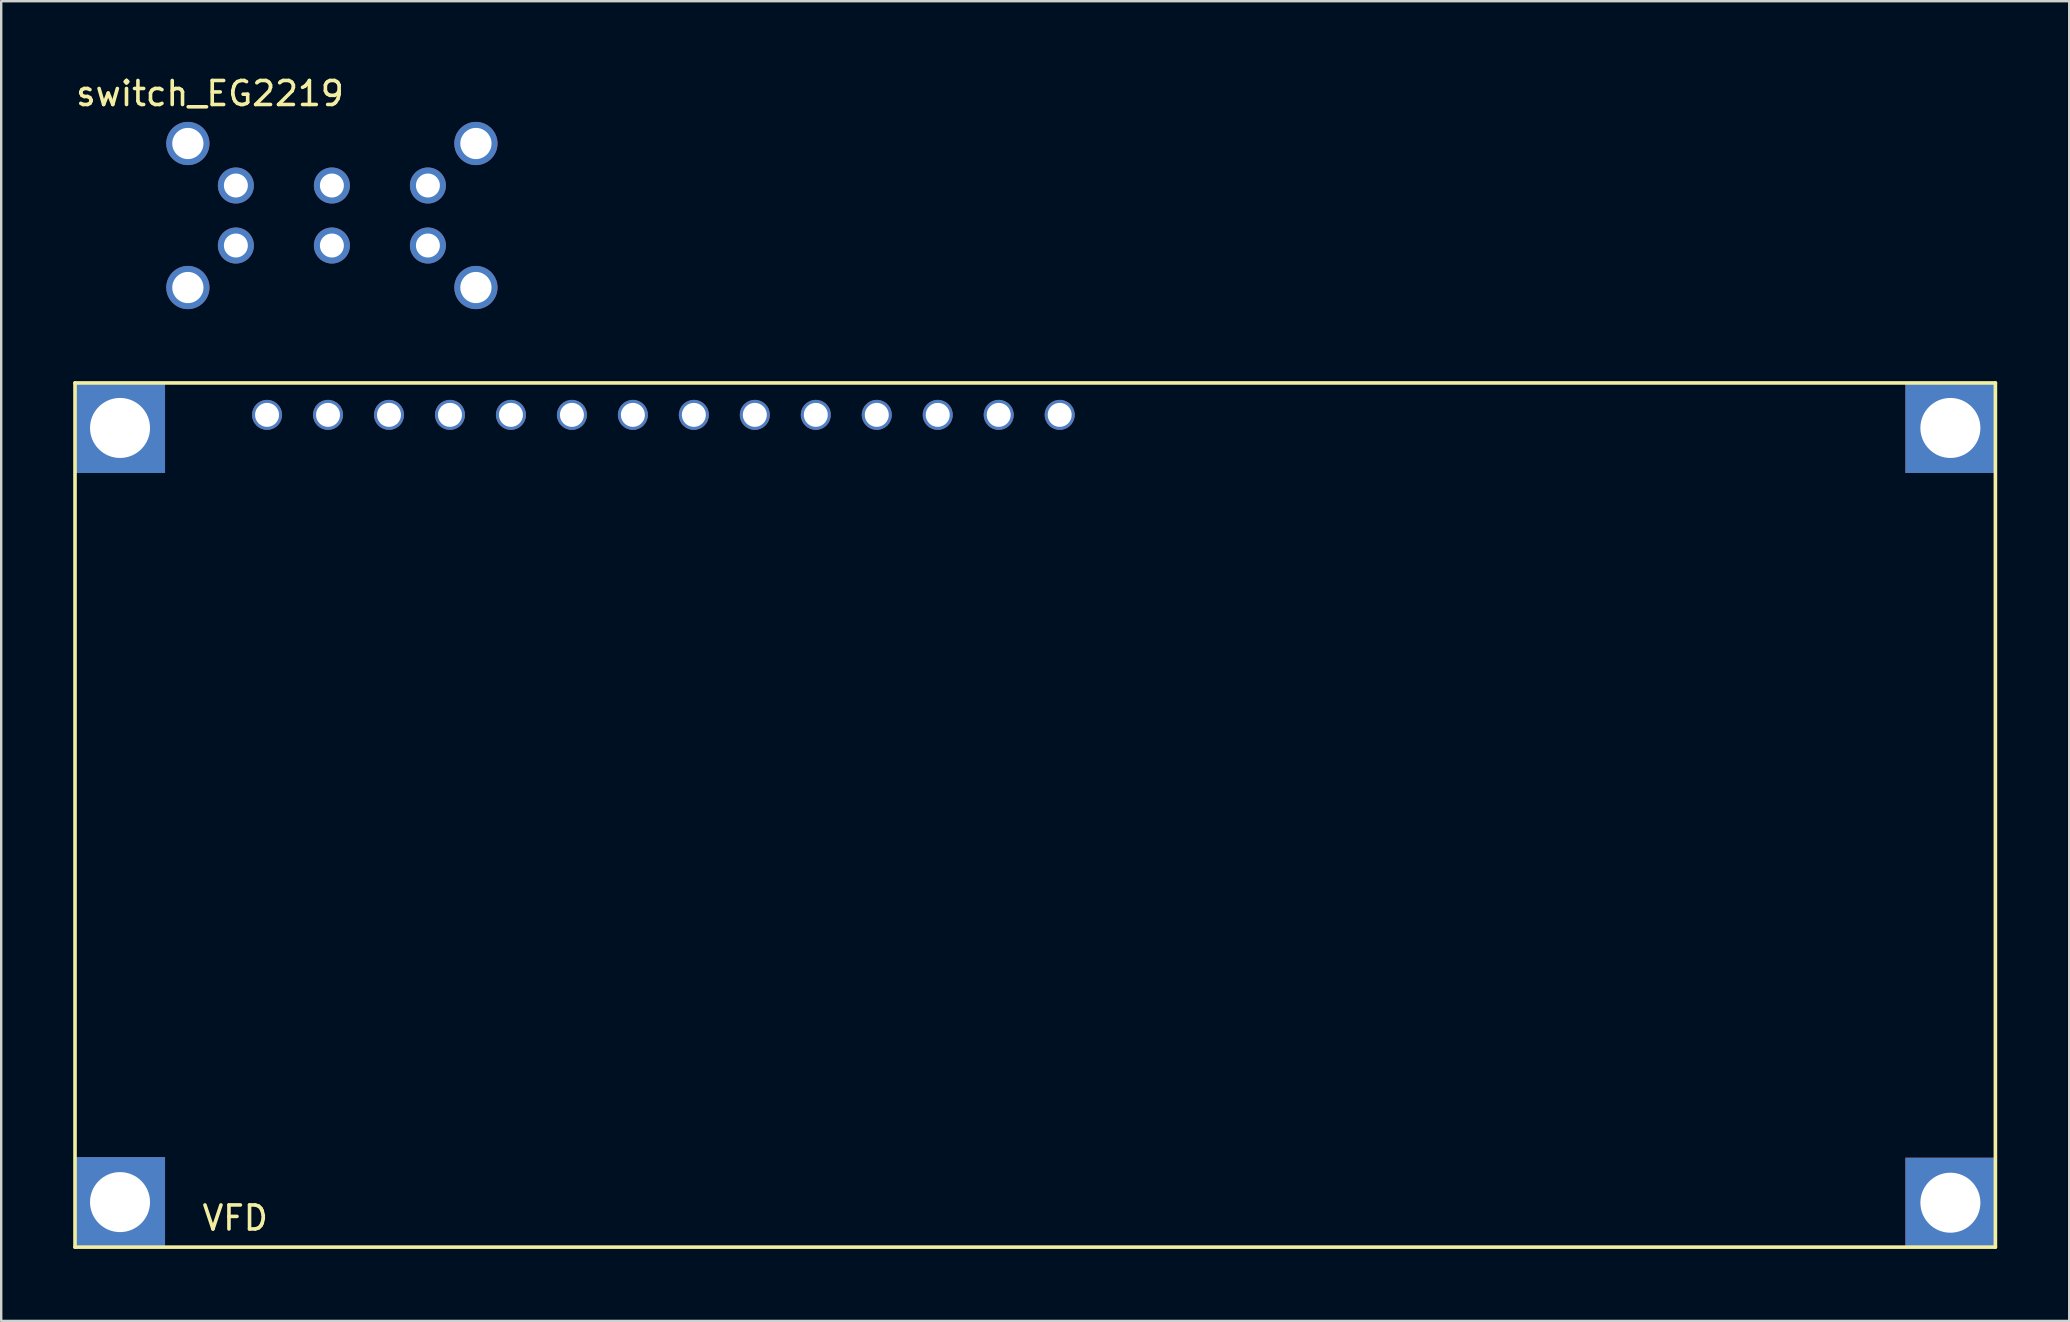
<source format=kicad_pcb>
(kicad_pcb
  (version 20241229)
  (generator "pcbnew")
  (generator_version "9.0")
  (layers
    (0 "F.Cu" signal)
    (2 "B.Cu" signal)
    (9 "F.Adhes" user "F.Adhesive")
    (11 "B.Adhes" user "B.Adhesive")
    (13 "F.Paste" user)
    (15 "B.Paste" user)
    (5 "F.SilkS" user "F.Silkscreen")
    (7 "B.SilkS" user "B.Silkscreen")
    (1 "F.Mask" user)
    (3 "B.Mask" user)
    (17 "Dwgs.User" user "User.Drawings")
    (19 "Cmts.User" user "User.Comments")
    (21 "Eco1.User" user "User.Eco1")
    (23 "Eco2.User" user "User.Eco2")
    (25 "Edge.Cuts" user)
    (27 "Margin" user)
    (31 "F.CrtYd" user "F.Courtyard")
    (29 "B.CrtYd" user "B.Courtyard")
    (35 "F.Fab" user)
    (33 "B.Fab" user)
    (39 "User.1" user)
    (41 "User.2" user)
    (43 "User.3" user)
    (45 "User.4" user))
  (footprint "VFD"
    (layer "F.Cu")
    (at 40.075 30.903)
    (property "Reference" "VFD" (at -33.325 16.789 0) (layer "F.SilkS") (effects (font (size 1 1) (thickness 0.15))))
    (attr through_hole)
    (fp_line (start -40 -18) (end -40 18) (stroke (width 0.15) (type solid)) (layer "F.SilkS"))
    (fp_line (start -40 -18) (end 40 -18) (stroke (width 0.15) (type solid)) (layer "F.SilkS"))
    (fp_line (start -40 18) (end 40 18) (stroke (width 0.15) (type solid)) (layer "F.SilkS"))
    (fp_line (start 40 -18) (end 40 18) (stroke (width 0.15) (type solid)) (layer "F.SilkS"))
    (pad "1" thru_hole circle (at -32 -16.67) (size 1.25 1.25) (drill 1) (layers "*.Cu" "*.Mask"))
    (pad "2" thru_hole circle (at -29.46 -16.67) (size 1.25 1.25) (drill 1) (layers "*.Cu" "*.Mask"))
    (pad "3" thru_hole circle (at -26.92 -16.67) (size 1.25 1.25) (drill 1) (layers "*.Cu" "*.Mask"))
    (pad "4" thru_hole circle (at -24.38 -16.67) (size 1.25 1.25) (drill 1) (layers "*.Cu" "*.Mask"))
    (pad "5" thru_hole circle (at -21.84 -16.67) (size 1.25 1.25) (drill 1) (layers "*.Cu" "*.Mask"))
    (pad "6" thru_hole circle (at -19.3 -16.67) (size 1.25 1.25) (drill 1) (layers "*.Cu" "*.Mask"))
    (pad "7" thru_hole circle (at -16.76 -16.67) (size 1.25 1.25) (drill 1) (layers "*.Cu" "*.Mask"))
    (pad "8" thru_hole circle (at -14.22 -16.67) (size 1.25 1.25) (drill 1) (layers "*.Cu" "*.Mask"))
    (pad "9" thru_hole circle (at -11.68 -16.67) (size 1.25 1.25) (drill 1) (layers "*.Cu" "*.Mask"))
    (pad "10" thru_hole circle (at -9.14 -16.67) (size 1.25 1.25) (drill 1) (layers "*.Cu" "*.Mask"))
    (pad "11" thru_hole circle (at -6.6 -16.67) (size 1.25 1.25) (drill 1) (layers "*.Cu" "*.Mask"))
    (pad "12" thru_hole circle (at -4.06 -16.67) (size 1.25 1.25) (drill 1) (layers "*.Cu" "*.Mask"))
    (pad "13" thru_hole circle (at -1.52 -16.67) (size 1.25 1.25) (drill 1) (layers "*.Cu" "*.Mask"))
    (pad "14" thru_hole circle (at 1.02 -16.67) (size 1.25 1.25) (drill 1) (layers "*.Cu" "*.Mask"))
    (pad "16" thru_hole rect (at -38.125 -16.125) (size 3.75 3.75) (drill 2.5) (layers "*.Cu" "*.Mask"))
    (pad "17" thru_hole rect (at 38.125 -16.125) (size 3.75 3.75) (drill 2.5) (layers "*.Cu" "*.Mask"))
    (pad "18" thru_hole rect (at -38.125 16.125) (size 3.75 3.75) (drill 2.5) (layers "*.Cu" "*.Mask"))
    (pad "19" thru_hole rect (at 38.125 16.15) (size 3.75 3.75) (drill 2.5) (layers "*.Cu" "*.Mask")))
  (footprint "switch_EG2219"
    (layer "F.Cu")
    (at 10.776 5.928)
    (property "Reference" "switch_EG2219" (at -5.08 -5.08 0) (layer "F.SilkS") (effects (font (size 1 1) (thickness 0.15))))
    (attr through_hole)
    (pad "1" thru_hole circle (at -4 -1.25) (size 1.5 1.5) (drill 1) (layers "*.Cu" "*.Mask"))
    (pad "1" thru_hole circle (at -4 1.25) (size 1.5 1.5) (drill 1) (layers "*.Cu" "*.Mask"))
    (pad "2" thru_hole circle (at 0 -1.25) (size 1.5 1.5) (drill 1) (layers "*.Cu" "*.Mask"))
    (pad "2" thru_hole circle (at 0 1.25) (size 1.5 1.5) (drill 1) (layers "*.Cu" "*.Mask"))
    (pad "3" thru_hole circle (at 4 -1.25) (size 1.5 1.5) (drill 1) (layers "*.Cu" "*.Mask"))
    (pad "3" thru_hole circle (at 4 1.25) (size 1.5 1.5) (drill 1) (layers "*.Cu" "*.Mask"))
    (pad "4" thru_hole circle (at -6 -3) (size 1.8 1.8) (drill 1.3) (layers "*.Cu" "*.Mask"))
    (pad "4" thru_hole circle (at -6 3) (size 1.8 1.8) (drill 1.3) (layers "*.Cu" "*.Mask"))
    (pad "4" thru_hole circle (at 6 -3) (size 1.8 1.8) (drill 1.3) (layers "*.Cu" "*.Mask"))
    (pad "4" thru_hole circle (at 6 3) (size 1.8 1.8) (drill 1.3) (layers "*.Cu" "*.Mask")))
  (gr_rect
    (start -3 -3)
    (end 83.15 51.978)
    (stroke (width 0.1) (type default))
    (fill no)
    (layer "Edge.Cuts")))
</source>
